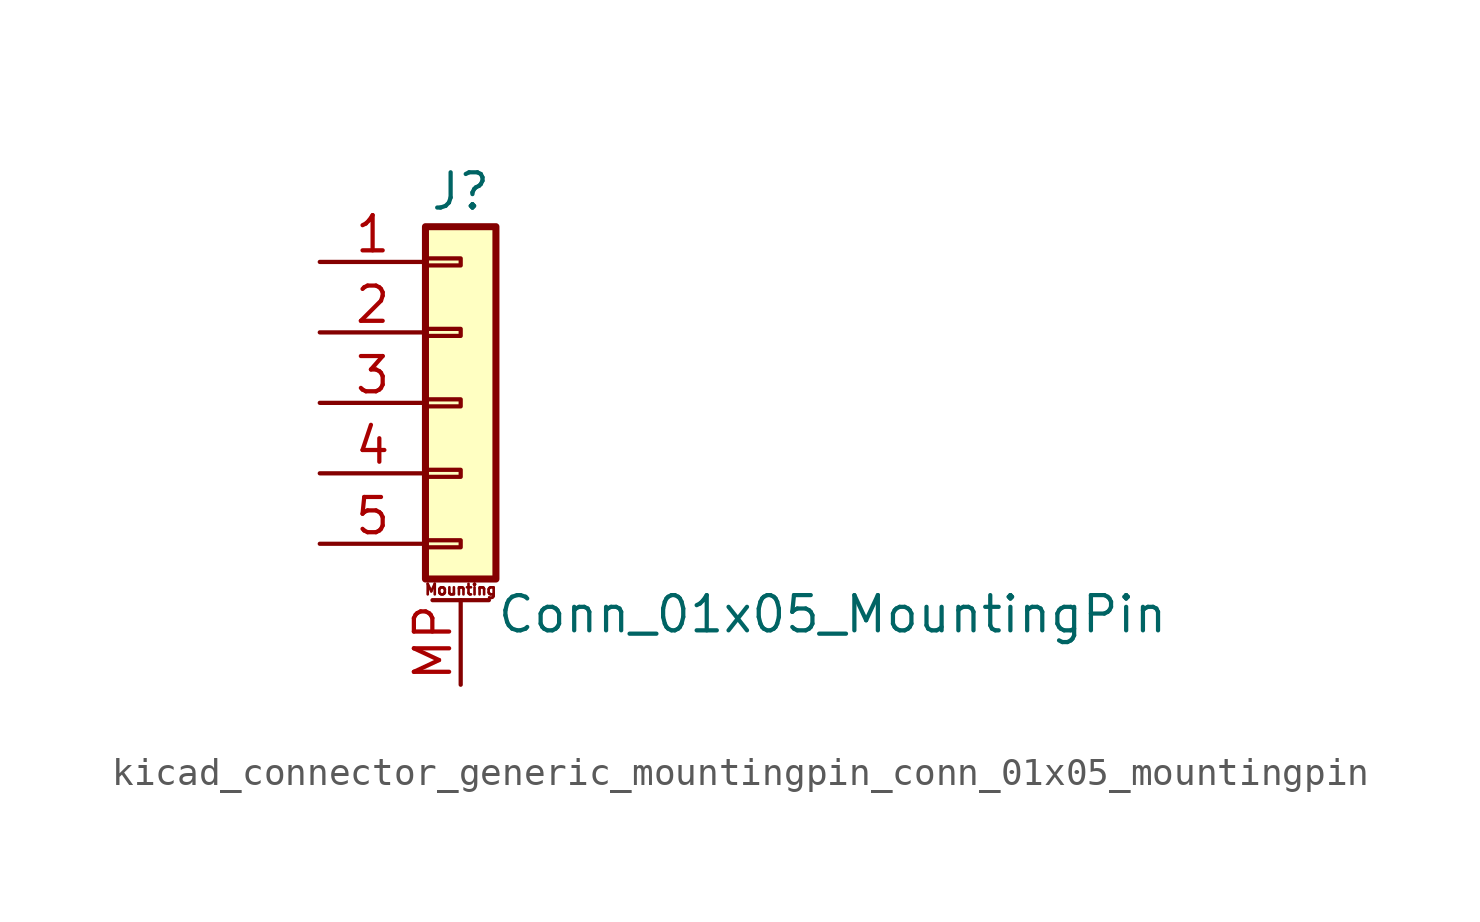
<source format=kicad_sym>
(kicad_symbol_lib
  (version 20220914)
  (generator kicad_symbol_editor)
  (symbol "kicad_connector_generic_mountingpin_conn_01x05_mountingpin"
    (pin_names
      (offset 1.016) hide)
    (property "Reference" "J"
      (at 0 7.62 0)
      (effects (font (size 1.27 1.27))))
    (property "Value" "Conn_01x05_MountingPin"
      (at 1.27 -7.62 0)
      (effects (font (size 1.27 1.27)) (justify left)))
    (symbol "kicad_connector_generic_mountingpin_conn_01x05_mountingpin_1_1"
      (rectangle (start -1.27 -4.953) (end 0 -5.207) (stroke (width 0.152) (type default)) (fill (type none)))
      (rectangle (start -1.27 -2.413) (end 0 -2.667) (stroke (width 0.152) (type default)) (fill (type none)))
      (rectangle (start -1.27 0.127) (end 0 -0.127) (stroke (width 0.152) (type default)) (fill (type none)))
      (rectangle (start -1.27 2.667) (end 0 2.413) (stroke (width 0.152) (type default)) (fill (type none)))
      (rectangle (start -1.27 5.207) (end 0 4.953) (stroke (width 0.152) (type default)) (fill (type none)))
      (rectangle (start -1.27 6.35) (end 1.27 -6.35) (stroke (width 0.254) (type default)) (fill (type background)))
      (polyline (pts (xy -1.016 -7.112) (xy 1.016 -7.112)) (stroke (width 0.152) (type default)) (fill (type none)))
      (text "Mounting" (at 0 -6.731 0) (effects (font (size 0.381 0.381))))
      (pin passive line (at -5.08 5.08 0) (length 3.81) (name "Pin_1" (effects (font (size 1.27 1.27)))) (number "1" (effects (font (size 1.27 1.27)))))
      (pin passive line (at -5.08 2.54 0) (length 3.81) (name "Pin_2" (effects (font (size 1.27 1.27)))) (number "2" (effects (font (size 1.27 1.27)))))
      (pin passive line (at -5.08 0 0) (length 3.81) (name "Pin_3" (effects (font (size 1.27 1.27)))) (number "3" (effects (font (size 1.27 1.27)))))
      (pin passive line (at -5.08 -2.54 0) (length 3.81) (name "Pin_4" (effects (font (size 1.27 1.27)))) (number "4" (effects (font (size 1.27 1.27)))))
      (pin passive line (at -5.08 -5.08 0) (length 3.81) (name "Pin_5" (effects (font (size 1.27 1.27)))) (number "5" (effects (font (size 1.27 1.27)))))
      (pin passive line (at 0 -10.16 90) (length 3.048) (name "MountPin" (effects (font (size 1.27 1.27)))) (number "MP" (effects (font (size 1.27 1.27))))))))
</source>
